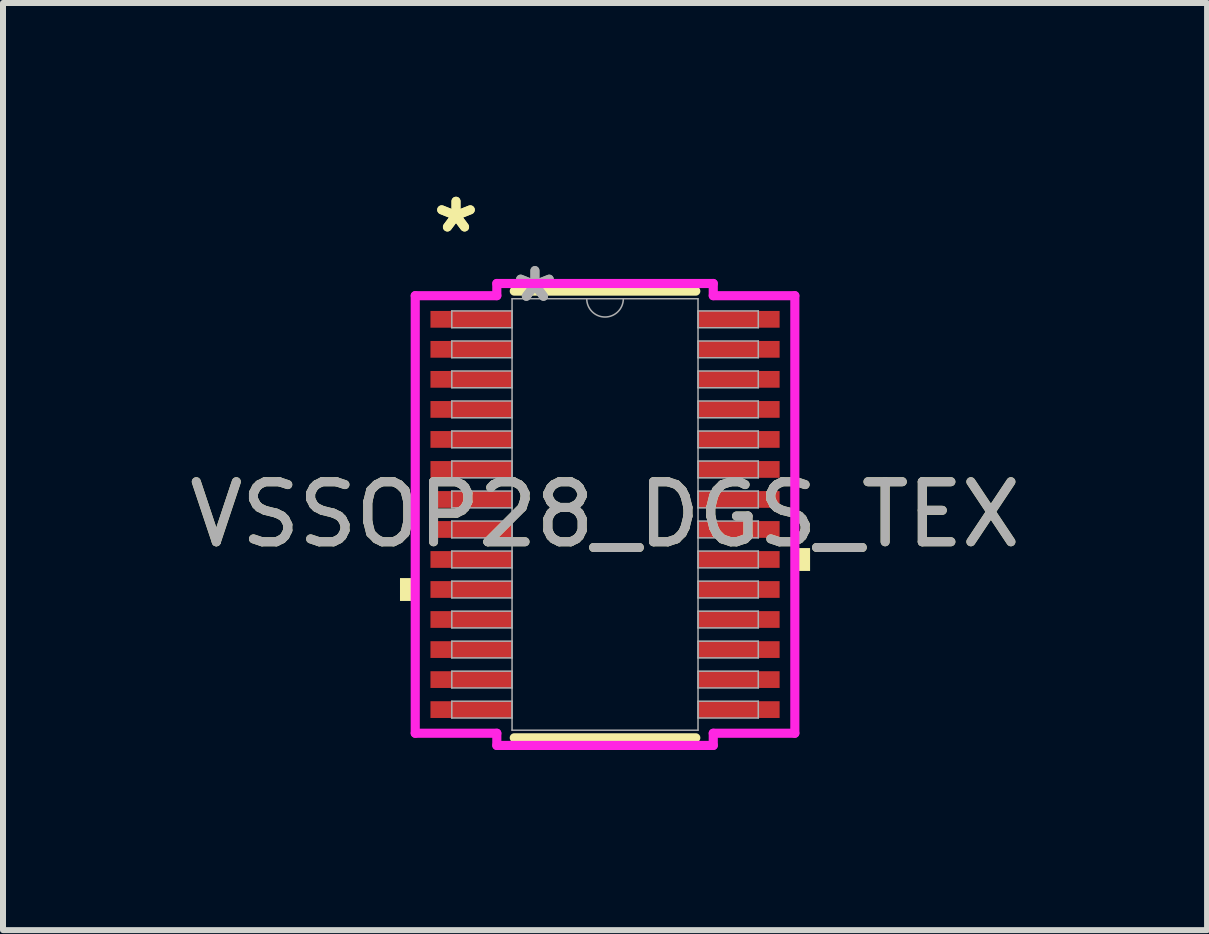
<source format=kicad_pcb>
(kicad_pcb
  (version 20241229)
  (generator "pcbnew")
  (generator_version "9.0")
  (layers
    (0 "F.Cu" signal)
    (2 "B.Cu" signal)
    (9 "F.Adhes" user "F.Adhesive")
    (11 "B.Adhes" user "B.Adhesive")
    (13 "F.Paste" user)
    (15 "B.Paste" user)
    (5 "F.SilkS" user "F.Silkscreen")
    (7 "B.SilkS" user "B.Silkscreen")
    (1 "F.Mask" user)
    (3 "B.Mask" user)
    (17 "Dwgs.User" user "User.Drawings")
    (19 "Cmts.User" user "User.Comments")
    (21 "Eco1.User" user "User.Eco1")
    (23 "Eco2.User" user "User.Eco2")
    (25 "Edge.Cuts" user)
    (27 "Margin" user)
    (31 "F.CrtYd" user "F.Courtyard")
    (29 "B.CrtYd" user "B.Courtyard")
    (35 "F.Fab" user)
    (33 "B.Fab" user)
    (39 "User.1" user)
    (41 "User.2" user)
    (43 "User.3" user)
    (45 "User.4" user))
  (footprint "VSSOP28_DGS_TEX"
    (layer "F.Cu")
    (at 7.03 5.521)
    (property "Reference" "VSSOP28_DGS_TEX" (at 0 0 0) (unlocked yes) (layer "F.SilkS") (effects (font (size 1 1) (thickness 0.15))))
    (attr smd)
    (fp_line (start -1.512 3.721) (end 1.512 3.721) (stroke (width 0.152) (type solid)) (layer "F.SilkS"))
    (fp_line (start 1.512 -3.721) (end -1.512 -3.721) (stroke (width 0.152) (type solid)) (layer "F.SilkS"))
    (fp_poly (pts (xy -3.416 1.06) (xy -3.416 1.441) (xy -3.162 1.441) (xy -3.162 1.06)) (stroke (width 0) (type solid)) (fill yes) (layer "F.SilkS"))
    (fp_poly (pts (xy 3.416 0.56) (xy 3.416 0.941) (xy 3.162 0.941) (xy 3.162 0.56)) (stroke (width 0) (type solid)) (fill yes) (layer "F.SilkS"))
    (fp_line (start -3.162 -3.645) (end -1.803 -3.645) (stroke (width 0.152) (type solid)) (layer "F.CrtYd"))
    (fp_line (start -3.162 3.645) (end -3.162 -3.645) (stroke (width 0.152) (type solid)) (layer "F.CrtYd"))
    (fp_line (start -3.162 3.645) (end -1.803 3.645) (stroke (width 0.152) (type solid)) (layer "F.CrtYd"))
    (fp_line (start -1.803 -3.848) (end 1.803 -3.848) (stroke (width 0.152) (type solid)) (layer "F.CrtYd"))
    (fp_line (start -1.803 -3.645) (end -1.803 -3.848) (stroke (width 0.152) (type solid)) (layer "F.CrtYd"))
    (fp_line (start -1.803 3.848) (end -1.803 3.645) (stroke (width 0.152) (type solid)) (layer "F.CrtYd"))
    (fp_line (start 1.803 -3.848) (end 1.803 -3.645) (stroke (width 0.152) (type solid)) (layer "F.CrtYd"))
    (fp_line (start 1.803 3.645) (end 1.803 3.848) (stroke (width 0.152) (type solid)) (layer "F.CrtYd"))
    (fp_line (start 1.803 3.848) (end -1.803 3.848) (stroke (width 0.152) (type solid)) (layer "F.CrtYd"))
    (fp_line (start 3.162 -3.645) (end 1.803 -3.645) (stroke (width 0.152) (type solid)) (layer "F.CrtYd"))
    (fp_line (start 3.162 -3.645) (end 3.162 3.645) (stroke (width 0.152) (type solid)) (layer "F.CrtYd"))
    (fp_line (start 3.162 3.645) (end 1.803 3.645) (stroke (width 0.152) (type solid)) (layer "F.CrtYd"))
    (fp_line (start -2.553 -3.391) (end -2.553 -3.111) (stroke (width 0.025) (type solid)) (layer "F.Fab"))
    (fp_line (start -2.553 -3.111) (end -1.549 -3.111) (stroke (width 0.025) (type solid)) (layer "F.Fab"))
    (fp_line (start -2.553 -2.89) (end -2.553 -2.611) (stroke (width 0.025) (type solid)) (layer "F.Fab"))
    (fp_line (start -2.553 -2.611) (end -1.549 -2.611) (stroke (width 0.025) (type solid)) (layer "F.Fab"))
    (fp_line (start -2.553 -2.39) (end -2.553 -2.111) (stroke (width 0.025) (type solid)) (layer "F.Fab"))
    (fp_line (start -2.553 -2.111) (end -1.549 -2.111) (stroke (width 0.025) (type solid)) (layer "F.Fab"))
    (fp_line (start -2.553 -1.89) (end -2.553 -1.611) (stroke (width 0.025) (type solid)) (layer "F.Fab"))
    (fp_line (start -2.553 -1.611) (end -1.549 -1.611) (stroke (width 0.025) (type solid)) (layer "F.Fab"))
    (fp_line (start -2.553 -1.39) (end -2.553 -1.111) (stroke (width 0.025) (type solid)) (layer "F.Fab"))
    (fp_line (start -2.553 -1.111) (end -1.549 -1.111) (stroke (width 0.025) (type solid)) (layer "F.Fab"))
    (fp_line (start -2.553 -0.89) (end -2.553 -0.61) (stroke (width 0.025) (type solid)) (layer "F.Fab"))
    (fp_line (start -2.553 -0.61) (end -1.549 -0.61) (stroke (width 0.025) (type solid)) (layer "F.Fab"))
    (fp_line (start -2.553 -0.39) (end -2.553 -0.11) (stroke (width 0.025) (type solid)) (layer "F.Fab"))
    (fp_line (start -2.553 -0.11) (end -1.549 -0.11) (stroke (width 0.025) (type solid)) (layer "F.Fab"))
    (fp_line (start -2.553 0.11) (end -2.553 0.39) (stroke (width 0.025) (type solid)) (layer "F.Fab"))
    (fp_line (start -2.553 0.39) (end -1.549 0.39) (stroke (width 0.025) (type solid)) (layer "F.Fab"))
    (fp_line (start -2.553 0.61) (end -2.553 0.89) (stroke (width 0.025) (type solid)) (layer "F.Fab"))
    (fp_line (start -2.553 0.89) (end -1.549 0.89) (stroke (width 0.025) (type solid)) (layer "F.Fab"))
    (fp_line (start -2.553 1.111) (end -2.553 1.39) (stroke (width 0.025) (type solid)) (layer "F.Fab"))
    (fp_line (start -2.553 1.39) (end -1.549 1.39) (stroke (width 0.025) (type solid)) (layer "F.Fab"))
    (fp_line (start -2.553 1.611) (end -2.553 1.89) (stroke (width 0.025) (type solid)) (layer "F.Fab"))
    (fp_line (start -2.553 1.89) (end -1.549 1.89) (stroke (width 0.025) (type solid)) (layer "F.Fab"))
    (fp_line (start -2.553 2.111) (end -2.553 2.39) (stroke (width 0.025) (type solid)) (layer "F.Fab"))
    (fp_line (start -2.553 2.39) (end -1.549 2.39) (stroke (width 0.025) (type solid)) (layer "F.Fab"))
    (fp_line (start -2.553 2.611) (end -2.553 2.89) (stroke (width 0.025) (type solid)) (layer "F.Fab"))
    (fp_line (start -2.553 2.89) (end -1.549 2.89) (stroke (width 0.025) (type solid)) (layer "F.Fab"))
    (fp_line (start -2.553 3.111) (end -2.553 3.391) (stroke (width 0.025) (type solid)) (layer "F.Fab"))
    (fp_line (start -2.553 3.391) (end -1.549 3.391) (stroke (width 0.025) (type solid)) (layer "F.Fab"))
    (fp_line (start -1.549 -3.594) (end -1.549 3.594) (stroke (width 0.025) (type solid)) (layer "F.Fab"))
    (fp_line (start -1.549 -3.391) (end -2.553 -3.391) (stroke (width 0.025) (type solid)) (layer "F.Fab"))
    (fp_line (start -1.549 -3.111) (end -1.549 -3.391) (stroke (width 0.025) (type solid)) (layer "F.Fab"))
    (fp_line (start -1.549 -2.89) (end -2.553 -2.89) (stroke (width 0.025) (type solid)) (layer "F.Fab"))
    (fp_line (start -1.549 -2.611) (end -1.549 -2.89) (stroke (width 0.025) (type solid)) (layer "F.Fab"))
    (fp_line (start -1.549 -2.39) (end -2.553 -2.39) (stroke (width 0.025) (type solid)) (layer "F.Fab"))
    (fp_line (start -1.549 -2.111) (end -1.549 -2.39) (stroke (width 0.025) (type solid)) (layer "F.Fab"))
    (fp_line (start -1.549 -1.89) (end -2.553 -1.89) (stroke (width 0.025) (type solid)) (layer "F.Fab"))
    (fp_line (start -1.549 -1.611) (end -1.549 -1.89) (stroke (width 0.025) (type solid)) (layer "F.Fab"))
    (fp_line (start -1.549 -1.39) (end -2.553 -1.39) (stroke (width 0.025) (type solid)) (layer "F.Fab"))
    (fp_line (start -1.549 -1.111) (end -1.549 -1.39) (stroke (width 0.025) (type solid)) (layer "F.Fab"))
    (fp_line (start -1.549 -0.89) (end -2.553 -0.89) (stroke (width 0.025) (type solid)) (layer "F.Fab"))
    (fp_line (start -1.549 -0.61) (end -1.549 -0.89) (stroke (width 0.025) (type solid)) (layer "F.Fab"))
    (fp_line (start -1.549 -0.39) (end -2.553 -0.39) (stroke (width 0.025) (type solid)) (layer "F.Fab"))
    (fp_line (start -1.549 -0.11) (end -1.549 -0.39) (stroke (width 0.025) (type solid)) (layer "F.Fab"))
    (fp_line (start -1.549 0.11) (end -2.553 0.11) (stroke (width 0.025) (type solid)) (layer "F.Fab"))
    (fp_line (start -1.549 0.39) (end -1.549 0.11) (stroke (width 0.025) (type solid)) (layer "F.Fab"))
    (fp_line (start -1.549 0.61) (end -2.553 0.61) (stroke (width 0.025) (type solid)) (layer "F.Fab"))
    (fp_line (start -1.549 0.89) (end -1.549 0.61) (stroke (width 0.025) (type solid)) (layer "F.Fab"))
    (fp_line (start -1.549 1.111) (end -2.553 1.111) (stroke (width 0.025) (type solid)) (layer "F.Fab"))
    (fp_line (start -1.549 1.39) (end -1.549 1.111) (stroke (width 0.025) (type solid)) (layer "F.Fab"))
    (fp_line (start -1.549 1.611) (end -2.553 1.611) (stroke (width 0.025) (type solid)) (layer "F.Fab"))
    (fp_line (start -1.549 1.89) (end -1.549 1.611) (stroke (width 0.025) (type solid)) (layer "F.Fab"))
    (fp_line (start -1.549 2.111) (end -2.553 2.111) (stroke (width 0.025) (type solid)) (layer "F.Fab"))
    (fp_line (start -1.549 2.39) (end -1.549 2.111) (stroke (width 0.025) (type solid)) (layer "F.Fab"))
    (fp_line (start -1.549 2.611) (end -2.553 2.611) (stroke (width 0.025) (type solid)) (layer "F.Fab"))
    (fp_line (start -1.549 2.89) (end -1.549 2.611) (stroke (width 0.025) (type solid)) (layer "F.Fab"))
    (fp_line (start -1.549 3.111) (end -2.553 3.111) (stroke (width 0.025) (type solid)) (layer "F.Fab"))
    (fp_line (start -1.549 3.391) (end -1.549 3.111) (stroke (width 0.025) (type solid)) (layer "F.Fab"))
    (fp_line (start -1.549 3.594) (end 1.549 3.594) (stroke (width 0.025) (type solid)) (layer "F.Fab"))
    (fp_line (start 1.549 -3.594) (end -1.549 -3.594) (stroke (width 0.025) (type solid)) (layer "F.Fab"))
    (fp_line (start 1.549 -3.391) (end 1.549 -3.111) (stroke (width 0.025) (type solid)) (layer "F.Fab"))
    (fp_line (start 1.549 -3.111) (end 2.553 -3.111) (stroke (width 0.025) (type solid)) (layer "F.Fab"))
    (fp_line (start 1.549 -2.89) (end 1.549 -2.611) (stroke (width 0.025) (type solid)) (layer "F.Fab"))
    (fp_line (start 1.549 -2.611) (end 2.553 -2.611) (stroke (width 0.025) (type solid)) (layer "F.Fab"))
    (fp_line (start 1.549 -2.39) (end 1.549 -2.111) (stroke (width 0.025) (type solid)) (layer "F.Fab"))
    (fp_line (start 1.549 -2.111) (end 2.553 -2.111) (stroke (width 0.025) (type solid)) (layer "F.Fab"))
    (fp_line (start 1.549 -1.89) (end 1.549 -1.611) (stroke (width 0.025) (type solid)) (layer "F.Fab"))
    (fp_line (start 1.549 -1.611) (end 2.553 -1.611) (stroke (width 0.025) (type solid)) (layer "F.Fab"))
    (fp_line (start 1.549 -1.39) (end 1.549 -1.111) (stroke (width 0.025) (type solid)) (layer "F.Fab"))
    (fp_line (start 1.549 -1.111) (end 2.553 -1.111) (stroke (width 0.025) (type solid)) (layer "F.Fab"))
    (fp_line (start 1.549 -0.89) (end 1.549 -0.61) (stroke (width 0.025) (type solid)) (layer "F.Fab"))
    (fp_line (start 1.549 -0.61) (end 2.553 -0.61) (stroke (width 0.025) (type solid)) (layer "F.Fab"))
    (fp_line (start 1.549 -0.39) (end 1.549 -0.11) (stroke (width 0.025) (type solid)) (layer "F.Fab"))
    (fp_line (start 1.549 -0.11) (end 2.553 -0.11) (stroke (width 0.025) (type solid)) (layer "F.Fab"))
    (fp_line (start 1.549 0.11) (end 1.549 0.39) (stroke (width 0.025) (type solid)) (layer "F.Fab"))
    (fp_line (start 1.549 0.39) (end 2.553 0.39) (stroke (width 0.025) (type solid)) (layer "F.Fab"))
    (fp_line (start 1.549 0.61) (end 1.549 0.89) (stroke (width 0.025) (type solid)) (layer "F.Fab"))
    (fp_line (start 1.549 0.89) (end 2.553 0.89) (stroke (width 0.025) (type solid)) (layer "F.Fab"))
    (fp_line (start 1.549 1.111) (end 1.549 1.39) (stroke (width 0.025) (type solid)) (layer "F.Fab"))
    (fp_line (start 1.549 1.39) (end 2.553 1.39) (stroke (width 0.025) (type solid)) (layer "F.Fab"))
    (fp_line (start 1.549 1.611) (end 1.549 1.89) (stroke (width 0.025) (type solid)) (layer "F.Fab"))
    (fp_line (start 1.549 1.89) (end 2.553 1.89) (stroke (width 0.025) (type solid)) (layer "F.Fab"))
    (fp_line (start 1.549 2.111) (end 1.549 2.39) (stroke (width 0.025) (type solid)) (layer "F.Fab"))
    (fp_line (start 1.549 2.39) (end 2.553 2.39) (stroke (width 0.025) (type solid)) (layer "F.Fab"))
    (fp_line (start 1.549 2.611) (end 1.549 2.89) (stroke (width 0.025) (type solid)) (layer "F.Fab"))
    (fp_line (start 1.549 2.89) (end 2.553 2.89) (stroke (width 0.025) (type solid)) (layer "F.Fab"))
    (fp_line (start 1.549 3.111) (end 1.549 3.391) (stroke (width 0.025) (type solid)) (layer "F.Fab"))
    (fp_line (start 1.549 3.391) (end 2.553 3.391) (stroke (width 0.025) (type solid)) (layer "F.Fab"))
    (fp_line (start 1.549 3.594) (end 1.549 -3.594) (stroke (width 0.025) (type solid)) (layer "F.Fab"))
    (fp_line (start 2.553 -3.391) (end 1.549 -3.391) (stroke (width 0.025) (type solid)) (layer "F.Fab"))
    (fp_line (start 2.553 -3.111) (end 2.553 -3.391) (stroke (width 0.025) (type solid)) (layer "F.Fab"))
    (fp_line (start 2.553 -2.89) (end 1.549 -2.89) (stroke (width 0.025) (type solid)) (layer "F.Fab"))
    (fp_line (start 2.553 -2.611) (end 2.553 -2.89) (stroke (width 0.025) (type solid)) (layer "F.Fab"))
    (fp_line (start 2.553 -2.39) (end 1.549 -2.39) (stroke (width 0.025) (type solid)) (layer "F.Fab"))
    (fp_line (start 2.553 -2.111) (end 2.553 -2.39) (stroke (width 0.025) (type solid)) (layer "F.Fab"))
    (fp_line (start 2.553 -1.89) (end 1.549 -1.89) (stroke (width 0.025) (type solid)) (layer "F.Fab"))
    (fp_line (start 2.553 -1.611) (end 2.553 -1.89) (stroke (width 0.025) (type solid)) (layer "F.Fab"))
    (fp_line (start 2.553 -1.39) (end 1.549 -1.39) (stroke (width 0.025) (type solid)) (layer "F.Fab"))
    (fp_line (start 2.553 -1.111) (end 2.553 -1.39) (stroke (width 0.025) (type solid)) (layer "F.Fab"))
    (fp_line (start 2.553 -0.89) (end 1.549 -0.89) (stroke (width 0.025) (type solid)) (layer "F.Fab"))
    (fp_line (start 2.553 -0.61) (end 2.553 -0.89) (stroke (width 0.025) (type solid)) (layer "F.Fab"))
    (fp_line (start 2.553 -0.39) (end 1.549 -0.39) (stroke (width 0.025) (type solid)) (layer "F.Fab"))
    (fp_line (start 2.553 -0.11) (end 2.553 -0.39) (stroke (width 0.025) (type solid)) (layer "F.Fab"))
    (fp_line (start 2.553 0.11) (end 1.549 0.11) (stroke (width 0.025) (type solid)) (layer "F.Fab"))
    (fp_line (start 2.553 0.39) (end 2.553 0.11) (stroke (width 0.025) (type solid)) (layer "F.Fab"))
    (fp_line (start 2.553 0.61) (end 1.549 0.61) (stroke (width 0.025) (type solid)) (layer "F.Fab"))
    (fp_line (start 2.553 0.89) (end 2.553 0.61) (stroke (width 0.025) (type solid)) (layer "F.Fab"))
    (fp_line (start 2.553 1.111) (end 1.549 1.111) (stroke (width 0.025) (type solid)) (layer "F.Fab"))
    (fp_line (start 2.553 1.39) (end 2.553 1.111) (stroke (width 0.025) (type solid)) (layer "F.Fab"))
    (fp_line (start 2.553 1.611) (end 1.549 1.611) (stroke (width 0.025) (type solid)) (layer "F.Fab"))
    (fp_line (start 2.553 1.89) (end 2.553 1.611) (stroke (width 0.025) (type solid)) (layer "F.Fab"))
    (fp_line (start 2.553 2.111) (end 1.549 2.111) (stroke (width 0.025) (type solid)) (layer "F.Fab"))
    (fp_line (start 2.553 2.39) (end 2.553 2.111) (stroke (width 0.025) (type solid)) (layer "F.Fab"))
    (fp_line (start 2.553 2.611) (end 1.549 2.611) (stroke (width 0.025) (type solid)) (layer "F.Fab"))
    (fp_line (start 2.553 2.89) (end 2.553 2.611) (stroke (width 0.025) (type solid)) (layer "F.Fab"))
    (fp_line (start 2.553 3.111) (end 1.549 3.111) (stroke (width 0.025) (type solid)) (layer "F.Fab"))
    (fp_line (start 2.553 3.391) (end 2.553 3.111) (stroke (width 0.025) (type solid)) (layer "F.Fab"))
    (fp_arc (start 0.3048 -3.5941) (mid 0 -3.2893) (end -0.3048 -3.5941) (stroke (width 0.0254) (type solid)) (layer "F.Fab"))
    (fp_text user "*" (at -2.483 -4.673 0) (unlocked yes) (layer "F.SilkS") (effects (font (size 1 1) (thickness 0.15))))
    (fp_text user "*" (at -2.483 -4.673 0) (layer "F.SilkS") (effects (font (size 1 1) (thickness 0.15))))
    (fp_text user "*" (at -1.168 -3.518 0) (unlocked yes) (layer "F.Fab") (effects (font (size 1 1) (thickness 0.15))))
    (fp_text user "${REFERENCE}" (at 0 0 0) (unlocked yes) (layer "F.Fab") (effects (font (size 1 1) (thickness 0.15))))
    (fp_text user "*" (at -1.168 -3.518 0) (layer "F.Fab") (effects (font (size 1 1) (thickness 0.15))))
    (pad "1" smd rect (at -2.229 -3.251) (size 1.359 0.279) (layers "F.Cu" "F.Mask" "F.Paste"))
    (pad "2" smd rect (at -2.229 -2.751) (size 1.359 0.279) (layers "F.Cu" "F.Mask" "F.Paste"))
    (pad "3" smd rect (at -2.229 -2.251) (size 1.359 0.279) (layers "F.Cu" "F.Mask" "F.Paste"))
    (pad "4" smd rect (at -2.229 -1.75) (size 1.359 0.279) (layers "F.Cu" "F.Mask" "F.Paste"))
    (pad "5" smd rect (at -2.229 -1.25) (size 1.359 0.279) (layers "F.Cu" "F.Mask" "F.Paste"))
    (pad "6" smd rect (at -2.229 -0.75) (size 1.359 0.279) (layers "F.Cu" "F.Mask" "F.Paste"))
    (pad "7" smd rect (at -2.229 -0.25) (size 1.359 0.279) (layers "F.Cu" "F.Mask" "F.Paste"))
    (pad "8" smd rect (at -2.229 0.25) (size 1.359 0.279) (layers "F.Cu" "F.Mask" "F.Paste"))
    (pad "9" smd rect (at -2.229 0.75) (size 1.359 0.279) (layers "F.Cu" "F.Mask" "F.Paste"))
    (pad "10" smd rect (at -2.229 1.25) (size 1.359 0.279) (layers "F.Cu" "F.Mask" "F.Paste"))
    (pad "11" smd rect (at -2.229 1.75) (size 1.359 0.279) (layers "F.Cu" "F.Mask" "F.Paste"))
    (pad "12" smd rect (at -2.229 2.251) (size 1.359 0.279) (layers "F.Cu" "F.Mask" "F.Paste"))
    (pad "13" smd rect (at -2.229 2.751) (size 1.359 0.279) (layers "F.Cu" "F.Mask" "F.Paste"))
    (pad "14" smd rect (at -2.229 3.251) (size 1.359 0.279) (layers "F.Cu" "F.Mask" "F.Paste"))
    (pad "15" smd rect (at 2.229 3.251) (size 1.359 0.279) (layers "F.Cu" "F.Mask" "F.Paste"))
    (pad "16" smd rect (at 2.229 2.751) (size 1.359 0.279) (layers "F.Cu" "F.Mask" "F.Paste"))
    (pad "17" smd rect (at 2.229 2.251) (size 1.359 0.279) (layers "F.Cu" "F.Mask" "F.Paste"))
    (pad "18" smd rect (at 2.229 1.75) (size 1.359 0.279) (layers "F.Cu" "F.Mask" "F.Paste"))
    (pad "19" smd rect (at 2.229 1.25) (size 1.359 0.279) (layers "F.Cu" "F.Mask" "F.Paste"))
    (pad "20" smd rect (at 2.229 0.75) (size 1.359 0.279) (layers "F.Cu" "F.Mask" "F.Paste"))
    (pad "21" smd rect (at 2.229 0.25) (size 1.359 0.279) (layers "F.Cu" "F.Mask" "F.Paste"))
    (pad "22" smd rect (at 2.229 -0.25) (size 1.359 0.279) (layers "F.Cu" "F.Mask" "F.Paste"))
    (pad "23" smd rect (at 2.229 -0.75) (size 1.359 0.279) (layers "F.Cu" "F.Mask" "F.Paste"))
    (pad "24" smd rect (at 2.229 -1.25) (size 1.359 0.279) (layers "F.Cu" "F.Mask" "F.Paste"))
    (pad "25" smd rect (at 2.229 -1.75) (size 1.359 0.279) (layers "F.Cu" "F.Mask" "F.Paste"))
    (pad "26" smd rect (at 2.229 -2.251) (size 1.359 0.279) (layers "F.Cu" "F.Mask" "F.Paste"))
    (pad "27" smd rect (at 2.229 -2.751) (size 1.359 0.279) (layers "F.Cu" "F.Mask" "F.Paste"))
    (pad "28" smd rect (at 2.229 -3.251) (size 1.359 0.279) (layers "F.Cu" "F.Mask" "F.Paste")))
  (gr_rect
    (start -3 -3)
    (end 17.06 12.446)
    (stroke (width 0.1) (type default))
    (fill no)
    (layer "Edge.Cuts")))
</source>
